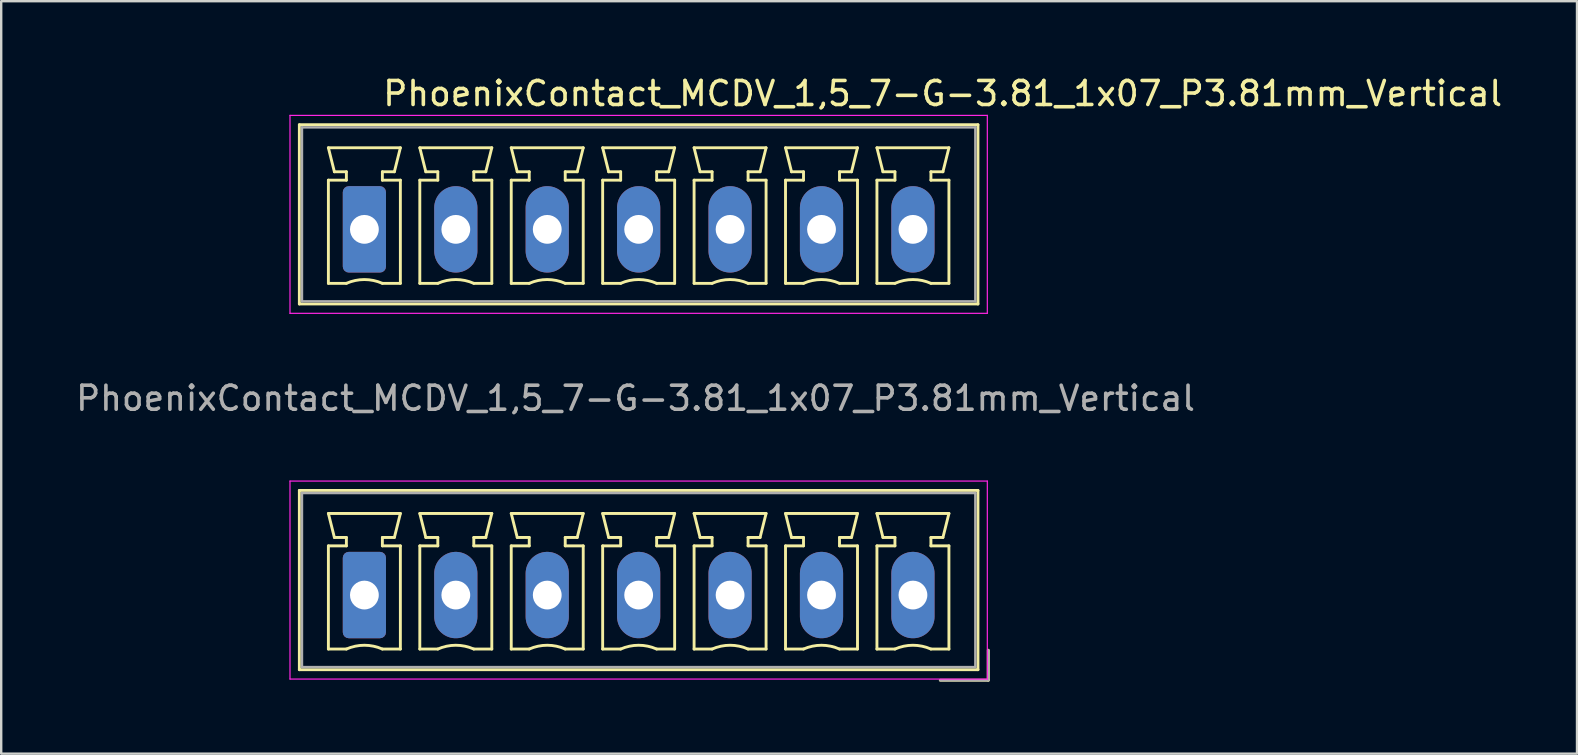
<source format=kicad_pcb>
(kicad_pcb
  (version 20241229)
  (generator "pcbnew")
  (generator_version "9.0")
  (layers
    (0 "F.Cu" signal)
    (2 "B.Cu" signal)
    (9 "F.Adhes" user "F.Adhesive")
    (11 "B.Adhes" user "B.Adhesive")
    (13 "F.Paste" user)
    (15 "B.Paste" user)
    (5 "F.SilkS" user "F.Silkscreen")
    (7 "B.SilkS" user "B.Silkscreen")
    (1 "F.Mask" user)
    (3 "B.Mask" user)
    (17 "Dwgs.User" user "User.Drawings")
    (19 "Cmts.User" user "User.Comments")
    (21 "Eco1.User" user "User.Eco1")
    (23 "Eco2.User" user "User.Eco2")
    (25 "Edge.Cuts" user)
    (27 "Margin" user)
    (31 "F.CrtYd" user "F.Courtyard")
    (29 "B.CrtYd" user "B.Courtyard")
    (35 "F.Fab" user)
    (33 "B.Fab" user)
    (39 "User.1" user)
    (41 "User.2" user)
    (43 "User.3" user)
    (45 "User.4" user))
  (footprint "PhoenixContact_MCDV_1,5_7-G-3.81_1x07_P3.81mm_Vertical"
    (layer "F.Cu")
    (at 12.135 21.748)
    (property "Reference" "PhoenixContact_MCDV_1,5_7-G-3.81_1x07_P3.81mm_Vertical" (at 24.1 -20.9 0) (layer "F.SilkS") (effects (font (size 1 1) (thickness 0.15))))
    (attr through_hole)
    (fp_line (start -2.71 -19.6) (end -2.71 -12.13) (stroke (width 0.12) (type solid)) (layer "F.SilkS"))
    (fp_line (start -2.71 -12.13) (end 25.57 -12.13) (stroke (width 0.12) (type solid)) (layer "F.SilkS"))
    (fp_line (start -2.71 -4.36) (end -2.71 3.11) (stroke (width 0.12) (type solid)) (layer "F.SilkS"))
    (fp_line (start -2.71 3.11) (end 25.57 3.11) (stroke (width 0.12) (type solid)) (layer "F.SilkS"))
    (fp_line (start -1.5 -18.64) (end 1.5 -18.64) (stroke (width 0.12) (type solid)) (layer "F.SilkS"))
    (fp_line (start -1.5 -17.29) (end -0.75 -17.29) (stroke (width 0.12) (type solid)) (layer "F.SilkS"))
    (fp_line (start -1.5 -12.99) (end -1.5 -17.29) (stroke (width 0.12) (type solid)) (layer "F.SilkS"))
    (fp_line (start -1.5 -3.4) (end 1.5 -3.4) (stroke (width 0.12) (type solid)) (layer "F.SilkS"))
    (fp_line (start -1.5 -2.05) (end -0.75 -2.05) (stroke (width 0.12) (type solid)) (layer "F.SilkS"))
    (fp_line (start -1.5 2.25) (end -1.5 -2.05) (stroke (width 0.12) (type solid)) (layer "F.SilkS"))
    (fp_line (start -1.25 -17.64) (end -1.5 -18.64) (stroke (width 0.12) (type solid)) (layer "F.SilkS"))
    (fp_line (start -1.25 -2.4) (end -1.5 -3.4) (stroke (width 0.12) (type solid)) (layer "F.SilkS"))
    (fp_line (start -0.75 -17.64) (end -1.25 -17.64) (stroke (width 0.12) (type solid)) (layer "F.SilkS"))
    (fp_line (start -0.75 -17.29) (end -0.75 -17.64) (stroke (width 0.12) (type solid)) (layer "F.SilkS"))
    (fp_line (start -0.75 -12.99) (end -1.5 -12.99) (stroke (width 0.12) (type solid)) (layer "F.SilkS"))
    (fp_line (start -0.75 -2.4) (end -1.25 -2.4) (stroke (width 0.12) (type solid)) (layer "F.SilkS"))
    (fp_line (start -0.75 -2.05) (end -0.75 -2.4) (stroke (width 0.12) (type solid)) (layer "F.SilkS"))
    (fp_line (start -0.75 2.25) (end -1.5 2.25) (stroke (width 0.12) (type solid)) (layer "F.SilkS"))
    (fp_line (start 0.75 -17.64) (end 0.75 -17.29) (stroke (width 0.12) (type solid)) (layer "F.SilkS"))
    (fp_line (start 0.75 -17.29) (end 1.5 -17.29) (stroke (width 0.12) (type solid)) (layer "F.SilkS"))
    (fp_line (start 0.75 -2.4) (end 0.75 -2.05) (stroke (width 0.12) (type solid)) (layer "F.SilkS"))
    (fp_line (start 0.75 -2.05) (end 1.5 -2.05) (stroke (width 0.12) (type solid)) (layer "F.SilkS"))
    (fp_line (start 1.25 -17.64) (end 0.75 -17.64) (stroke (width 0.12) (type solid)) (layer "F.SilkS"))
    (fp_line (start 1.25 -2.4) (end 0.75 -2.4) (stroke (width 0.12) (type solid)) (layer "F.SilkS"))
    (fp_line (start 1.5 -18.64) (end 1.25 -17.64) (stroke (width 0.12) (type solid)) (layer "F.SilkS"))
    (fp_line (start 1.5 -17.29) (end 1.5 -12.99) (stroke (width 0.12) (type solid)) (layer "F.SilkS"))
    (fp_line (start 1.5 -12.99) (end 0.75 -12.99) (stroke (width 0.12) (type solid)) (layer "F.SilkS"))
    (fp_line (start 1.5 -3.4) (end 1.25 -2.4) (stroke (width 0.12) (type solid)) (layer "F.SilkS"))
    (fp_line (start 1.5 -2.05) (end 1.5 2.25) (stroke (width 0.12) (type solid)) (layer "F.SilkS"))
    (fp_line (start 1.5 2.25) (end 0.75 2.25) (stroke (width 0.12) (type solid)) (layer "F.SilkS"))
    (fp_line (start 2.31 -18.64) (end 5.31 -18.64) (stroke (width 0.12) (type solid)) (layer "F.SilkS"))
    (fp_line (start 2.31 -17.29) (end 3.06 -17.29) (stroke (width 0.12) (type solid)) (layer "F.SilkS"))
    (fp_line (start 2.31 -12.99) (end 2.31 -17.29) (stroke (width 0.12) (type solid)) (layer "F.SilkS"))
    (fp_line (start 2.31 -3.4) (end 5.31 -3.4) (stroke (width 0.12) (type solid)) (layer "F.SilkS"))
    (fp_line (start 2.31 -2.05) (end 3.06 -2.05) (stroke (width 0.12) (type solid)) (layer "F.SilkS"))
    (fp_line (start 2.31 2.25) (end 2.31 -2.05) (stroke (width 0.12) (type solid)) (layer "F.SilkS"))
    (fp_line (start 2.56 -17.64) (end 2.31 -18.64) (stroke (width 0.12) (type solid)) (layer "F.SilkS"))
    (fp_line (start 2.56 -2.4) (end 2.31 -3.4) (stroke (width 0.12) (type solid)) (layer "F.SilkS"))
    (fp_line (start 3.06 -17.64) (end 2.56 -17.64) (stroke (width 0.12) (type solid)) (layer "F.SilkS"))
    (fp_line (start 3.06 -17.29) (end 3.06 -17.64) (stroke (width 0.12) (type solid)) (layer "F.SilkS"))
    (fp_line (start 3.06 -12.99) (end 2.31 -12.99) (stroke (width 0.12) (type solid)) (layer "F.SilkS"))
    (fp_line (start 3.06 -2.4) (end 2.56 -2.4) (stroke (width 0.12) (type solid)) (layer "F.SilkS"))
    (fp_line (start 3.06 -2.05) (end 3.06 -2.4) (stroke (width 0.12) (type solid)) (layer "F.SilkS"))
    (fp_line (start 3.06 2.25) (end 2.31 2.25) (stroke (width 0.12) (type solid)) (layer "F.SilkS"))
    (fp_line (start 4.56 -17.64) (end 4.56 -17.29) (stroke (width 0.12) (type solid)) (layer "F.SilkS"))
    (fp_line (start 4.56 -17.29) (end 5.31 -17.29) (stroke (width 0.12) (type solid)) (layer "F.SilkS"))
    (fp_line (start 4.56 -2.4) (end 4.56 -2.05) (stroke (width 0.12) (type solid)) (layer "F.SilkS"))
    (fp_line (start 4.56 -2.05) (end 5.31 -2.05) (stroke (width 0.12) (type solid)) (layer "F.SilkS"))
    (fp_line (start 5.06 -17.64) (end 4.56 -17.64) (stroke (width 0.12) (type solid)) (layer "F.SilkS"))
    (fp_line (start 5.06 -2.4) (end 4.56 -2.4) (stroke (width 0.12) (type solid)) (layer "F.SilkS"))
    (fp_line (start 5.31 -18.64) (end 5.06 -17.64) (stroke (width 0.12) (type solid)) (layer "F.SilkS"))
    (fp_line (start 5.31 -17.29) (end 5.31 -12.99) (stroke (width 0.12) (type solid)) (layer "F.SilkS"))
    (fp_line (start 5.31 -12.99) (end 4.56 -12.99) (stroke (width 0.12) (type solid)) (layer "F.SilkS"))
    (fp_line (start 5.31 -3.4) (end 5.06 -2.4) (stroke (width 0.12) (type solid)) (layer "F.SilkS"))
    (fp_line (start 5.31 -2.05) (end 5.31 2.25) (stroke (width 0.12) (type solid)) (layer "F.SilkS"))
    (fp_line (start 5.31 2.25) (end 4.56 2.25) (stroke (width 0.12) (type solid)) (layer "F.SilkS"))
    (fp_line (start 6.12 -18.64) (end 9.12 -18.64) (stroke (width 0.12) (type solid)) (layer "F.SilkS"))
    (fp_line (start 6.12 -17.29) (end 6.87 -17.29) (stroke (width 0.12) (type solid)) (layer "F.SilkS"))
    (fp_line (start 6.12 -12.99) (end 6.12 -17.29) (stroke (width 0.12) (type solid)) (layer "F.SilkS"))
    (fp_line (start 6.12 -3.4) (end 9.12 -3.4) (stroke (width 0.12) (type solid)) (layer "F.SilkS"))
    (fp_line (start 6.12 -2.05) (end 6.87 -2.05) (stroke (width 0.12) (type solid)) (layer "F.SilkS"))
    (fp_line (start 6.12 2.25) (end 6.12 -2.05) (stroke (width 0.12) (type solid)) (layer "F.SilkS"))
    (fp_line (start 6.37 -17.64) (end 6.12 -18.64) (stroke (width 0.12) (type solid)) (layer "F.SilkS"))
    (fp_line (start 6.37 -2.4) (end 6.12 -3.4) (stroke (width 0.12) (type solid)) (layer "F.SilkS"))
    (fp_line (start 6.87 -17.64) (end 6.37 -17.64) (stroke (width 0.12) (type solid)) (layer "F.SilkS"))
    (fp_line (start 6.87 -17.29) (end 6.87 -17.64) (stroke (width 0.12) (type solid)) (layer "F.SilkS"))
    (fp_line (start 6.87 -12.99) (end 6.12 -12.99) (stroke (width 0.12) (type solid)) (layer "F.SilkS"))
    (fp_line (start 6.87 -2.4) (end 6.37 -2.4) (stroke (width 0.12) (type solid)) (layer "F.SilkS"))
    (fp_line (start 6.87 -2.05) (end 6.87 -2.4) (stroke (width 0.12) (type solid)) (layer "F.SilkS"))
    (fp_line (start 6.87 2.25) (end 6.12 2.25) (stroke (width 0.12) (type solid)) (layer "F.SilkS"))
    (fp_line (start 8.37 -17.64) (end 8.37 -17.29) (stroke (width 0.12) (type solid)) (layer "F.SilkS"))
    (fp_line (start 8.37 -17.29) (end 9.12 -17.29) (stroke (width 0.12) (type solid)) (layer "F.SilkS"))
    (fp_line (start 8.37 -2.4) (end 8.37 -2.05) (stroke (width 0.12) (type solid)) (layer "F.SilkS"))
    (fp_line (start 8.37 -2.05) (end 9.12 -2.05) (stroke (width 0.12) (type solid)) (layer "F.SilkS"))
    (fp_line (start 8.87 -17.64) (end 8.37 -17.64) (stroke (width 0.12) (type solid)) (layer "F.SilkS"))
    (fp_line (start 8.87 -2.4) (end 8.37 -2.4) (stroke (width 0.12) (type solid)) (layer "F.SilkS"))
    (fp_line (start 9.12 -18.64) (end 8.87 -17.64) (stroke (width 0.12) (type solid)) (layer "F.SilkS"))
    (fp_line (start 9.12 -17.29) (end 9.12 -12.99) (stroke (width 0.12) (type solid)) (layer "F.SilkS"))
    (fp_line (start 9.12 -12.99) (end 8.37 -12.99) (stroke (width 0.12) (type solid)) (layer "F.SilkS"))
    (fp_line (start 9.12 -3.4) (end 8.87 -2.4) (stroke (width 0.12) (type solid)) (layer "F.SilkS"))
    (fp_line (start 9.12 -2.05) (end 9.12 2.25) (stroke (width 0.12) (type solid)) (layer "F.SilkS"))
    (fp_line (start 9.12 2.25) (end 8.37 2.25) (stroke (width 0.12) (type solid)) (layer "F.SilkS"))
    (fp_line (start 9.93 -18.64) (end 12.93 -18.64) (stroke (width 0.12) (type solid)) (layer "F.SilkS"))
    (fp_line (start 9.93 -17.29) (end 10.68 -17.29) (stroke (width 0.12) (type solid)) (layer "F.SilkS"))
    (fp_line (start 9.93 -12.99) (end 9.93 -17.29) (stroke (width 0.12) (type solid)) (layer "F.SilkS"))
    (fp_line (start 9.93 -3.4) (end 12.93 -3.4) (stroke (width 0.12) (type solid)) (layer "F.SilkS"))
    (fp_line (start 9.93 -2.05) (end 10.68 -2.05) (stroke (width 0.12) (type solid)) (layer "F.SilkS"))
    (fp_line (start 9.93 2.25) (end 9.93 -2.05) (stroke (width 0.12) (type solid)) (layer "F.SilkS"))
    (fp_line (start 10.18 -17.64) (end 9.93 -18.64) (stroke (width 0.12) (type solid)) (layer "F.SilkS"))
    (fp_line (start 10.18 -2.4) (end 9.93 -3.4) (stroke (width 0.12) (type solid)) (layer "F.SilkS"))
    (fp_line (start 10.68 -17.64) (end 10.18 -17.64) (stroke (width 0.12) (type solid)) (layer "F.SilkS"))
    (fp_line (start 10.68 -17.29) (end 10.68 -17.64) (stroke (width 0.12) (type solid)) (layer "F.SilkS"))
    (fp_line (start 10.68 -12.99) (end 9.93 -12.99) (stroke (width 0.12) (type solid)) (layer "F.SilkS"))
    (fp_line (start 10.68 -2.4) (end 10.18 -2.4) (stroke (width 0.12) (type solid)) (layer "F.SilkS"))
    (fp_line (start 10.68 -2.05) (end 10.68 -2.4) (stroke (width 0.12) (type solid)) (layer "F.SilkS"))
    (fp_line (start 10.68 2.25) (end 9.93 2.25) (stroke (width 0.12) (type solid)) (layer "F.SilkS"))
    (fp_line (start 12.18 -17.64) (end 12.18 -17.29) (stroke (width 0.12) (type solid)) (layer "F.SilkS"))
    (fp_line (start 12.18 -17.29) (end 12.93 -17.29) (stroke (width 0.12) (type solid)) (layer "F.SilkS"))
    (fp_line (start 12.18 -2.4) (end 12.18 -2.05) (stroke (width 0.12) (type solid)) (layer "F.SilkS"))
    (fp_line (start 12.18 -2.05) (end 12.93 -2.05) (stroke (width 0.12) (type solid)) (layer "F.SilkS"))
    (fp_line (start 12.68 -17.64) (end 12.18 -17.64) (stroke (width 0.12) (type solid)) (layer "F.SilkS"))
    (fp_line (start 12.68 -2.4) (end 12.18 -2.4) (stroke (width 0.12) (type solid)) (layer "F.SilkS"))
    (fp_line (start 12.93 -18.64) (end 12.68 -17.64) (stroke (width 0.12) (type solid)) (layer "F.SilkS"))
    (fp_line (start 12.93 -17.29) (end 12.93 -12.99) (stroke (width 0.12) (type solid)) (layer "F.SilkS"))
    (fp_line (start 12.93 -12.99) (end 12.18 -12.99) (stroke (width 0.12) (type solid)) (layer "F.SilkS"))
    (fp_line (start 12.93 -3.4) (end 12.68 -2.4) (stroke (width 0.12) (type solid)) (layer "F.SilkS"))
    (fp_line (start 12.93 -2.05) (end 12.93 2.25) (stroke (width 0.12) (type solid)) (layer "F.SilkS"))
    (fp_line (start 12.93 2.25) (end 12.18 2.25) (stroke (width 0.12) (type solid)) (layer "F.SilkS"))
    (fp_line (start 13.74 -18.64) (end 16.74 -18.64) (stroke (width 0.12) (type solid)) (layer "F.SilkS"))
    (fp_line (start 13.74 -17.29) (end 14.49 -17.29) (stroke (width 0.12) (type solid)) (layer "F.SilkS"))
    (fp_line (start 13.74 -12.99) (end 13.74 -17.29) (stroke (width 0.12) (type solid)) (layer "F.SilkS"))
    (fp_line (start 13.74 -3.4) (end 16.74 -3.4) (stroke (width 0.12) (type solid)) (layer "F.SilkS"))
    (fp_line (start 13.74 -2.05) (end 14.49 -2.05) (stroke (width 0.12) (type solid)) (layer "F.SilkS"))
    (fp_line (start 13.74 2.25) (end 13.74 -2.05) (stroke (width 0.12) (type solid)) (layer "F.SilkS"))
    (fp_line (start 13.99 -17.64) (end 13.74 -18.64) (stroke (width 0.12) (type solid)) (layer "F.SilkS"))
    (fp_line (start 13.99 -2.4) (end 13.74 -3.4) (stroke (width 0.12) (type solid)) (layer "F.SilkS"))
    (fp_line (start 14.49 -17.64) (end 13.99 -17.64) (stroke (width 0.12) (type solid)) (layer "F.SilkS"))
    (fp_line (start 14.49 -17.29) (end 14.49 -17.64) (stroke (width 0.12) (type solid)) (layer "F.SilkS"))
    (fp_line (start 14.49 -12.99) (end 13.74 -12.99) (stroke (width 0.12) (type solid)) (layer "F.SilkS"))
    (fp_line (start 14.49 -2.4) (end 13.99 -2.4) (stroke (width 0.12) (type solid)) (layer "F.SilkS"))
    (fp_line (start 14.49 -2.05) (end 14.49 -2.4) (stroke (width 0.12) (type solid)) (layer "F.SilkS"))
    (fp_line (start 14.49 2.25) (end 13.74 2.25) (stroke (width 0.12) (type solid)) (layer "F.SilkS"))
    (fp_line (start 15.99 -17.64) (end 15.99 -17.29) (stroke (width 0.12) (type solid)) (layer "F.SilkS"))
    (fp_line (start 15.99 -17.29) (end 16.74 -17.29) (stroke (width 0.12) (type solid)) (layer "F.SilkS"))
    (fp_line (start 15.99 -2.4) (end 15.99 -2.05) (stroke (width 0.12) (type solid)) (layer "F.SilkS"))
    (fp_line (start 15.99 -2.05) (end 16.74 -2.05) (stroke (width 0.12) (type solid)) (layer "F.SilkS"))
    (fp_line (start 16.49 -17.64) (end 15.99 -17.64) (stroke (width 0.12) (type solid)) (layer "F.SilkS"))
    (fp_line (start 16.49 -2.4) (end 15.99 -2.4) (stroke (width 0.12) (type solid)) (layer "F.SilkS"))
    (fp_line (start 16.74 -18.64) (end 16.49 -17.64) (stroke (width 0.12) (type solid)) (layer "F.SilkS"))
    (fp_line (start 16.74 -17.29) (end 16.74 -12.99) (stroke (width 0.12) (type solid)) (layer "F.SilkS"))
    (fp_line (start 16.74 -12.99) (end 15.99 -12.99) (stroke (width 0.12) (type solid)) (layer "F.SilkS"))
    (fp_line (start 16.74 -3.4) (end 16.49 -2.4) (stroke (width 0.12) (type solid)) (layer "F.SilkS"))
    (fp_line (start 16.74 -2.05) (end 16.74 2.25) (stroke (width 0.12) (type solid)) (layer "F.SilkS"))
    (fp_line (start 16.74 2.25) (end 15.99 2.25) (stroke (width 0.12) (type solid)) (layer "F.SilkS"))
    (fp_line (start 17.55 -18.64) (end 20.55 -18.64) (stroke (width 0.12) (type solid)) (layer "F.SilkS"))
    (fp_line (start 17.55 -17.29) (end 18.3 -17.29) (stroke (width 0.12) (type solid)) (layer "F.SilkS"))
    (fp_line (start 17.55 -12.99) (end 17.55 -17.29) (stroke (width 0.12) (type solid)) (layer "F.SilkS"))
    (fp_line (start 17.55 -3.4) (end 20.55 -3.4) (stroke (width 0.12) (type solid)) (layer "F.SilkS"))
    (fp_line (start 17.55 -2.05) (end 18.3 -2.05) (stroke (width 0.12) (type solid)) (layer "F.SilkS"))
    (fp_line (start 17.55 2.25) (end 17.55 -2.05) (stroke (width 0.12) (type solid)) (layer "F.SilkS"))
    (fp_line (start 17.8 -17.64) (end 17.55 -18.64) (stroke (width 0.12) (type solid)) (layer "F.SilkS"))
    (fp_line (start 17.8 -2.4) (end 17.55 -3.4) (stroke (width 0.12) (type solid)) (layer "F.SilkS"))
    (fp_line (start 18.3 -17.64) (end 17.8 -17.64) (stroke (width 0.12) (type solid)) (layer "F.SilkS"))
    (fp_line (start 18.3 -17.29) (end 18.3 -17.64) (stroke (width 0.12) (type solid)) (layer "F.SilkS"))
    (fp_line (start 18.3 -12.99) (end 17.55 -12.99) (stroke (width 0.12) (type solid)) (layer "F.SilkS"))
    (fp_line (start 18.3 -2.4) (end 17.8 -2.4) (stroke (width 0.12) (type solid)) (layer "F.SilkS"))
    (fp_line (start 18.3 -2.05) (end 18.3 -2.4) (stroke (width 0.12) (type solid)) (layer "F.SilkS"))
    (fp_line (start 18.3 2.25) (end 17.55 2.25) (stroke (width 0.12) (type solid)) (layer "F.SilkS"))
    (fp_line (start 19.8 -17.64) (end 19.8 -17.29) (stroke (width 0.12) (type solid)) (layer "F.SilkS"))
    (fp_line (start 19.8 -17.29) (end 20.55 -17.29) (stroke (width 0.12) (type solid)) (layer "F.SilkS"))
    (fp_line (start 19.8 -2.4) (end 19.8 -2.05) (stroke (width 0.12) (type solid)) (layer "F.SilkS"))
    (fp_line (start 19.8 -2.05) (end 20.55 -2.05) (stroke (width 0.12) (type solid)) (layer "F.SilkS"))
    (fp_line (start 20.3 -17.64) (end 19.8 -17.64) (stroke (width 0.12) (type solid)) (layer "F.SilkS"))
    (fp_line (start 20.3 -2.4) (end 19.8 -2.4) (stroke (width 0.12) (type solid)) (layer "F.SilkS"))
    (fp_line (start 20.55 -18.64) (end 20.3 -17.64) (stroke (width 0.12) (type solid)) (layer "F.SilkS"))
    (fp_line (start 20.55 -17.29) (end 20.55 -12.99) (stroke (width 0.12) (type solid)) (layer "F.SilkS"))
    (fp_line (start 20.55 -12.99) (end 19.8 -12.99) (stroke (width 0.12) (type solid)) (layer "F.SilkS"))
    (fp_line (start 20.55 -3.4) (end 20.3 -2.4) (stroke (width 0.12) (type solid)) (layer "F.SilkS"))
    (fp_line (start 20.55 -2.05) (end 20.55 2.25) (stroke (width 0.12) (type solid)) (layer "F.SilkS"))
    (fp_line (start 20.55 2.25) (end 19.8 2.25) (stroke (width 0.12) (type solid)) (layer "F.SilkS"))
    (fp_line (start 21.36 -18.64) (end 24.36 -18.64) (stroke (width 0.12) (type solid)) (layer "F.SilkS"))
    (fp_line (start 21.36 -17.29) (end 22.11 -17.29) (stroke (width 0.12) (type solid)) (layer "F.SilkS"))
    (fp_line (start 21.36 -12.99) (end 21.36 -17.29) (stroke (width 0.12) (type solid)) (layer "F.SilkS"))
    (fp_line (start 21.36 -3.4) (end 24.36 -3.4) (stroke (width 0.12) (type solid)) (layer "F.SilkS"))
    (fp_line (start 21.36 -2.05) (end 22.11 -2.05) (stroke (width 0.12) (type solid)) (layer "F.SilkS"))
    (fp_line (start 21.36 2.25) (end 21.36 -2.05) (stroke (width 0.12) (type solid)) (layer "F.SilkS"))
    (fp_line (start 21.61 -17.64) (end 21.36 -18.64) (stroke (width 0.12) (type solid)) (layer "F.SilkS"))
    (fp_line (start 21.61 -2.4) (end 21.36 -3.4) (stroke (width 0.12) (type solid)) (layer "F.SilkS"))
    (fp_line (start 22.11 -17.64) (end 21.61 -17.64) (stroke (width 0.12) (type solid)) (layer "F.SilkS"))
    (fp_line (start 22.11 -17.29) (end 22.11 -17.64) (stroke (width 0.12) (type solid)) (layer "F.SilkS"))
    (fp_line (start 22.11 -12.99) (end 21.36 -12.99) (stroke (width 0.12) (type solid)) (layer "F.SilkS"))
    (fp_line (start 22.11 -2.4) (end 21.61 -2.4) (stroke (width 0.12) (type solid)) (layer "F.SilkS"))
    (fp_line (start 22.11 -2.05) (end 22.11 -2.4) (stroke (width 0.12) (type solid)) (layer "F.SilkS"))
    (fp_line (start 22.11 2.25) (end 21.36 2.25) (stroke (width 0.12) (type solid)) (layer "F.SilkS"))
    (fp_line (start 23.61 -17.64) (end 23.61 -17.29) (stroke (width 0.12) (type solid)) (layer "F.SilkS"))
    (fp_line (start 23.61 -17.29) (end 24.36 -17.29) (stroke (width 0.12) (type solid)) (layer "F.SilkS"))
    (fp_line (start 23.61 -2.4) (end 23.61 -2.05) (stroke (width 0.12) (type solid)) (layer "F.SilkS"))
    (fp_line (start 23.61 -2.05) (end 24.36 -2.05) (stroke (width 0.12) (type solid)) (layer "F.SilkS"))
    (fp_line (start 24.11 -17.64) (end 23.61 -17.64) (stroke (width 0.12) (type solid)) (layer "F.SilkS"))
    (fp_line (start 24.11 -2.4) (end 23.61 -2.4) (stroke (width 0.12) (type solid)) (layer "F.SilkS"))
    (fp_line (start 24.36 -18.64) (end 24.11 -17.64) (stroke (width 0.12) (type solid)) (layer "F.SilkS"))
    (fp_line (start 24.36 -17.29) (end 24.36 -12.99) (stroke (width 0.12) (type solid)) (layer "F.SilkS"))
    (fp_line (start 24.36 -12.99) (end 23.61 -12.99) (stroke (width 0.12) (type solid)) (layer "F.SilkS"))
    (fp_line (start 24.36 -3.4) (end 24.11 -2.4) (stroke (width 0.12) (type solid)) (layer "F.SilkS"))
    (fp_line (start 24.36 -2.05) (end 24.36 2.25) (stroke (width 0.12) (type solid)) (layer "F.SilkS"))
    (fp_line (start 24.36 2.25) (end 23.61 2.25) (stroke (width 0.12) (type solid)) (layer "F.SilkS"))
    (fp_line (start 25.57 -19.6) (end -2.71 -19.6) (stroke (width 0.12) (type solid)) (layer "F.SilkS"))
    (fp_line (start 25.57 -12.13) (end 25.57 -19.6) (stroke (width 0.12) (type solid)) (layer "F.SilkS"))
    (fp_line (start 25.57 -4.36) (end -2.71 -4.36) (stroke (width 0.12) (type solid)) (layer "F.SilkS"))
    (fp_line (start 25.57 3.11) (end 25.57 -4.36) (stroke (width 0.12) (type solid)) (layer "F.SilkS"))
    (fp_line (start 26 2.3) (end 26 3.55) (stroke (width 0.12) (type solid)) (layer "F.SilkS"))
    (fp_line (start 26 3.55) (end 24 3.55) (stroke (width 0.12) (type solid)) (layer "F.SilkS"))
    (fp_arc (start -0.75 -12.99) (mid -0.000193 -13.14809) (end 0.749647 -12.990156) (stroke (width 0.12) (type solid)) (layer "F.SilkS"))
    (fp_arc (start -0.75 2.25) (mid -0.000193 2.09191) (end 0.749647 2.249844) (stroke (width 0.12) (type solid)) (layer "F.SilkS"))
    (fp_arc (start 3.06 -12.99) (mid 3.809807 -13.14809) (end 4.559647 -12.990156) (stroke (width 0.12) (type solid)) (layer "F.SilkS"))
    (fp_arc (start 3.06 2.25) (mid 3.809807 2.09191) (end 4.559647 2.249844) (stroke (width 0.12) (type solid)) (layer "F.SilkS"))
    (fp_arc (start 6.87 -12.99) (mid 7.619807 -13.14809) (end 8.369647 -12.990156) (stroke (width 0.12) (type solid)) (layer "F.SilkS"))
    (fp_arc (start 6.87 2.25) (mid 7.619807 2.09191) (end 8.369647 2.249844) (stroke (width 0.12) (type solid)) (layer "F.SilkS"))
    (fp_arc (start 10.68 -12.99) (mid 11.429807 -13.14809) (end 12.179647 -12.990156) (stroke (width 0.12) (type solid)) (layer "F.SilkS"))
    (fp_arc (start 10.68 2.25) (mid 11.429807 2.09191) (end 12.179647 2.249844) (stroke (width 0.12) (type solid)) (layer "F.SilkS"))
    (fp_arc (start 14.49 -12.99) (mid 15.239807 -13.14809) (end 15.989647 -12.990156) (stroke (width 0.12) (type solid)) (layer "F.SilkS"))
    (fp_arc (start 14.49 2.25) (mid 15.239807 2.09191) (end 15.989647 2.249844) (stroke (width 0.12) (type solid)) (layer "F.SilkS"))
    (fp_arc (start 18.3 -12.99) (mid 19.049807 -13.14809) (end 19.799647 -12.990156) (stroke (width 0.12) (type solid)) (layer "F.SilkS"))
    (fp_arc (start 18.3 2.25) (mid 19.049807 2.09191) (end 19.799647 2.249844) (stroke (width 0.12) (type solid)) (layer "F.SilkS"))
    (fp_arc (start 22.11 -12.99) (mid 22.859807 -13.14809) (end 23.609647 -12.990156) (stroke (width 0.12) (type solid)) (layer "F.SilkS"))
    (fp_arc (start 22.11 2.25) (mid 22.859807 2.09191) (end 23.609647 2.249844) (stroke (width 0.12) (type solid)) (layer "F.SilkS"))
    (fp_line (start -3.1 -19.99) (end -3.1 -11.74) (stroke (width 0.05) (type solid)) (layer "F.CrtYd"))
    (fp_line (start -3.1 -11.74) (end 25.96 -11.74) (stroke (width 0.05) (type solid)) (layer "F.CrtYd"))
    (fp_line (start -3.1 -4.75) (end -3.1 3.5) (stroke (width 0.05) (type solid)) (layer "F.CrtYd"))
    (fp_line (start -3.1 3.5) (end 25.96 3.5) (stroke (width 0.05) (type solid)) (layer "F.CrtYd"))
    (fp_line (start 25.96 -19.99) (end -3.1 -19.99) (stroke (width 0.05) (type solid)) (layer "F.CrtYd"))
    (fp_line (start 25.96 -11.74) (end 25.96 -19.99) (stroke (width 0.05) (type solid)) (layer "F.CrtYd"))
    (fp_line (start 25.96 -4.75) (end -3.1 -4.75) (stroke (width 0.05) (type solid)) (layer "F.CrtYd"))
    (fp_line (start 25.96 3.5) (end 25.96 -4.75) (stroke (width 0.05) (type solid)) (layer "F.CrtYd"))
    (fp_line (start -2.6 -19.49) (end -2.6 -12.24) (stroke (width 0.1) (type solid)) (layer "F.Fab"))
    (fp_line (start -2.6 -12.24) (end 25.46 -12.24) (stroke (width 0.1) (type solid)) (layer "F.Fab"))
    (fp_line (start -2.6 -4.25) (end -2.6 3) (stroke (width 0.1) (type solid)) (layer "F.Fab"))
    (fp_line (start -2.6 3) (end 25.46 3) (stroke (width 0.1) (type solid)) (layer "F.Fab"))
    (fp_line (start 25.46 -19.49) (end -2.6 -19.49) (stroke (width 0.1) (type solid)) (layer "F.Fab"))
    (fp_line (start 25.46 -12.24) (end 25.46 -19.49) (stroke (width 0.1) (type solid)) (layer "F.Fab"))
    (fp_line (start 25.46 -4.25) (end -2.6 -4.25) (stroke (width 0.1) (type solid)) (layer "F.Fab"))
    (fp_line (start 25.46 3) (end 25.46 -4.25) (stroke (width 0.1) (type solid)) (layer "F.Fab"))
    (fp_line (start 26 2.3) (end 26 3.55) (stroke (width 0.1) (type solid)) (layer "F.Fab"))
    (fp_line (start 26 3.55) (end 24 3.55) (stroke (width 0.1) (type solid)) (layer "F.Fab"))
    (fp_text user "${REFERENCE}" (at 11.3 -8.2 0) (layer "F.Fab") (effects (font (size 1 1) (thickness 0.15))))
    (pad "1" thru_hole oval (at 22.86 0) (size 1.8 3.6) (drill 1.2) (layers "*.Cu" "*.Mask"))
    (pad "2" thru_hole oval (at 19.05 0) (size 1.8 3.6) (drill 1.2) (layers "*.Cu" "*.Mask"))
    (pad "3" thru_hole oval (at 15.24 0) (size 1.8 3.6) (drill 1.2) (layers "*.Cu" "*.Mask"))
    (pad "4" thru_hole oval (at 11.43 0) (size 1.8 3.6) (drill 1.2) (layers "*.Cu" "*.Mask"))
    (pad "5" thru_hole oval (at 7.62 0) (size 1.8 3.6) (drill 1.2) (layers "*.Cu" "*.Mask"))
    (pad "6" thru_hole oval (at 3.81 0) (size 1.8 3.6) (drill 1.2) (layers "*.Cu" "*.Mask"))
    (pad "7" thru_hole roundrect (at 0 0) (size 1.8 3.6) (drill 1.2) (layers "*.Cu" "*.Mask") (roundrect_rratio 0.139))
    (pad "8" thru_hole oval (at 22.86 -15.24) (size 1.8 3.6) (drill 1.2) (layers "*.Cu" "*.Mask"))
    (pad "9" thru_hole oval (at 19.05 -15.24) (size 1.8 3.6) (drill 1.2) (layers "*.Cu" "*.Mask"))
    (pad "10" thru_hole oval (at 15.24 -15.24) (size 1.8 3.6) (drill 1.2) (layers "*.Cu" "*.Mask"))
    (pad "11" thru_hole oval (at 11.43 -15.24) (size 1.8 3.6) (drill 1.2) (layers "*.Cu" "*.Mask"))
    (pad "12" thru_hole oval (at 7.62 -15.24) (size 1.8 3.6) (drill 1.2) (layers "*.Cu" "*.Mask"))
    (pad "13" thru_hole oval (at 3.81 -15.24) (size 1.8 3.6) (drill 1.2) (layers "*.Cu" "*.Mask"))
    (pad "14" thru_hole roundrect (at 0 -15.24) (size 1.8 3.6) (drill 1.2) (layers "*.Cu" "*.Mask") (roundrect_rratio 0.139)))
  (gr_rect
    (start -3 -3)
    (end 62.669 28.358)
    (stroke (width 0.1) (type default))
    (fill no)
    (layer "Edge.Cuts")))
</source>
